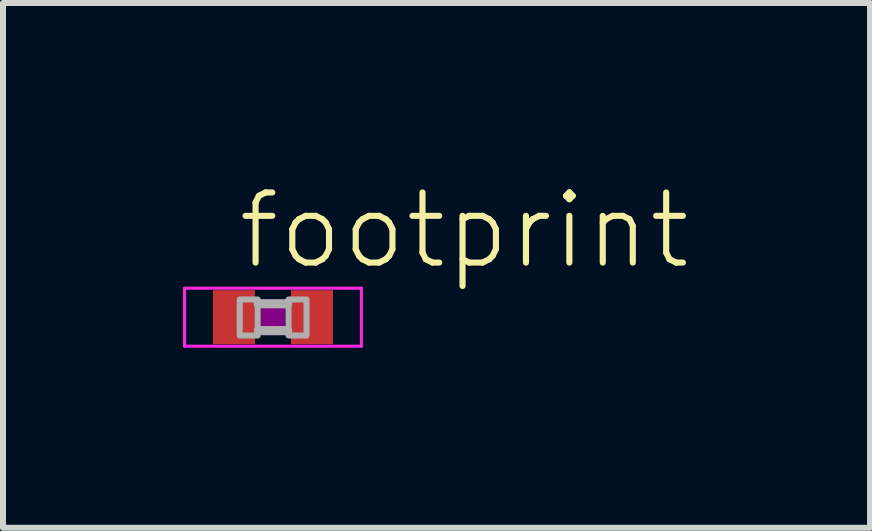
<source format=kicad_pcb>
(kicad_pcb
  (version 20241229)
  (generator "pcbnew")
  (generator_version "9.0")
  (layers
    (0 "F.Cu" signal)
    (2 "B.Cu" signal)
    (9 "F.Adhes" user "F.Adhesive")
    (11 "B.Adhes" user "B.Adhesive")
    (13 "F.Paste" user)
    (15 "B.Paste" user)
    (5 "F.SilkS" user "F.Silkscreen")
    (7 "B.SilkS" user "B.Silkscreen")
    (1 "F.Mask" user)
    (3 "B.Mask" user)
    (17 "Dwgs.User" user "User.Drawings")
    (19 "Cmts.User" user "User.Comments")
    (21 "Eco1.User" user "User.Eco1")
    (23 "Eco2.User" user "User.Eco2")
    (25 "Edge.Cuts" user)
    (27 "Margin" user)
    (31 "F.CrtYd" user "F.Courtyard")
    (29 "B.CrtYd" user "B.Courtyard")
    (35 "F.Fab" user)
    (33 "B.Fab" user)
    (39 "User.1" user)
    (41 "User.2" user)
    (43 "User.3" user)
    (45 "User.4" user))
  (footprint "footprint"
    (layer "F.Cu")
    (at 1.498 2.235)
    (property "Reference" "footprint" (at -0.635 -0.762 0) (layer "F.SilkS") (effects (font (size 1.168 1.168) (thickness 0.102)) (justify left bottom)))
    (fp_poly (pts (xy -0.2 0.3) (xy 0.2 0.3) (xy 0.2 -0.3) (xy -0.2 -0.3)) (stroke (width 0) (type solid)) (fill yes) (layer "F.Adhes"))
    (fp_line (start -1.473 -0.483) (end 1.473 -0.483) (stroke (width 0.051) (type solid)) (layer "F.CrtYd"))
    (fp_line (start -1.473 0.483) (end -1.473 -0.483) (stroke (width 0.051) (type solid)) (layer "F.CrtYd"))
    (fp_line (start 1.473 -0.483) (end 1.473 0.483) (stroke (width 0.051) (type solid)) (layer "F.CrtYd"))
    (fp_line (start 1.473 0.483) (end -1.473 0.483) (stroke (width 0.051) (type solid)) (layer "F.CrtYd"))
    (fp_line (start -0.245 -0.224) (end 0.245 -0.224) (stroke (width 0.152) (type solid)) (layer "F.Fab"))
    (fp_line (start 0.245 0.224) (end -0.245 0.224) (stroke (width 0.152) (type solid)) (layer "F.Fab"))
    (fp_poly (pts (xy -0.554 0.305) (xy -0.254 0.305) (xy -0.254 -0.295) (xy -0.554 -0.295)) (stroke (width 0.1) (type solid)) (fill no) (layer "F.Fab"))
    (fp_poly (pts (xy 0.259 0.305) (xy 0.559 0.305) (xy 0.559 -0.295) (xy 0.259 -0.295)) (stroke (width 0.1) (type solid)) (fill no) (layer "F.Fab"))
    (pad "1" smd rect (at -0.65 0) (size 0.7 0.9) (layers "F.Cu" "F.Mask" "F.Paste"))
    (pad "2" smd rect (at 0.65 0) (size 0.7 0.9) (layers "F.Cu" "F.Mask" "F.Paste")))
  (gr_rect
    (start -3 -3)
    (end 11.446 5.744)
    (stroke (width 0.1) (type default))
    (fill no)
    (layer "Edge.Cuts")))
</source>
